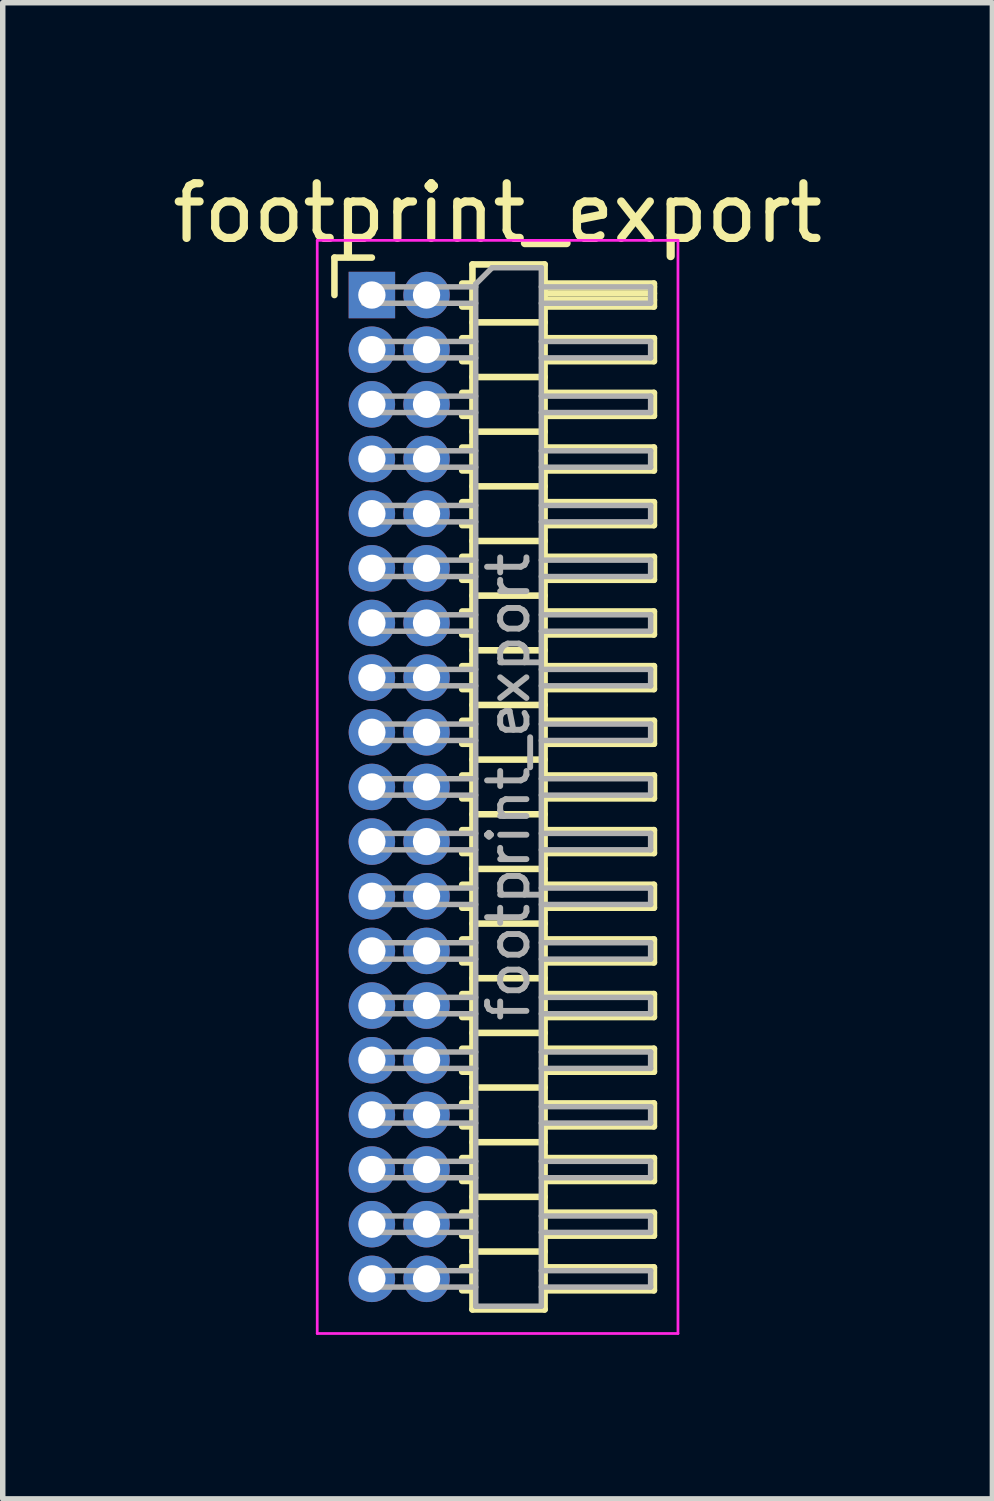
<source format=kicad_pcb>
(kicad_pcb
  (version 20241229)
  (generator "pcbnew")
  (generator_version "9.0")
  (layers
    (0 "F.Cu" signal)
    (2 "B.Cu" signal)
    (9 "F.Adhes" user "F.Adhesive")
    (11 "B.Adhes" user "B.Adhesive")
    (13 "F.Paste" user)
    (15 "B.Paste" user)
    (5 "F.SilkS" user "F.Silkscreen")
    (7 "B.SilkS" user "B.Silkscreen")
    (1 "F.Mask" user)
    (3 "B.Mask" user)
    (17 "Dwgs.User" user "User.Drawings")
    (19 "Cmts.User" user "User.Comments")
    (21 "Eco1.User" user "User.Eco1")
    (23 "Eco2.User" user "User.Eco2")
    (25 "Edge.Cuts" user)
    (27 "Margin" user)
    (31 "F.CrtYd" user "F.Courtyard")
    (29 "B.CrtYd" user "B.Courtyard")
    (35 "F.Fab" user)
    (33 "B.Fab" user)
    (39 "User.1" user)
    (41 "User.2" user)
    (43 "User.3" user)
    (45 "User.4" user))
  (footprint "footprint_export"
    (layer "F.Cu")
    (at 3.754 2.348)
    (property "Reference" "footprint_export" (at 2.3 -1.5 0) (layer "F.SilkS") (effects (font (size 1 1) (thickness 0.15))))
    (attr through_hole)
    (fp_line (start -0.685 -0.685) (end 0 -0.685) (stroke (width 0.12) (type solid)) (layer "F.SilkS"))
    (fp_line (start -0.685 0) (end -0.685 -0.685) (stroke (width 0.12) (type solid)) (layer "F.SilkS"))
    (fp_line (start 1.652 -0.21) (end 1.84 -0.21) (stroke (width 0.12) (type solid)) (layer "F.SilkS"))
    (fp_line (start 1.652 0.21) (end 1.84 0.21) (stroke (width 0.12) (type solid)) (layer "F.SilkS"))
    (fp_line (start 1.652 0.79) (end 1.84 0.79) (stroke (width 0.12) (type solid)) (layer "F.SilkS"))
    (fp_line (start 1.652 1.21) (end 1.84 1.21) (stroke (width 0.12) (type solid)) (layer "F.SilkS"))
    (fp_line (start 1.652 1.79) (end 1.84 1.79) (stroke (width 0.12) (type solid)) (layer "F.SilkS"))
    (fp_line (start 1.652 2.21) (end 1.84 2.21) (stroke (width 0.12) (type solid)) (layer "F.SilkS"))
    (fp_line (start 1.652 2.79) (end 1.84 2.79) (stroke (width 0.12) (type solid)) (layer "F.SilkS"))
    (fp_line (start 1.652 3.21) (end 1.84 3.21) (stroke (width 0.12) (type solid)) (layer "F.SilkS"))
    (fp_line (start 1.652 3.79) (end 1.84 3.79) (stroke (width 0.12) (type solid)) (layer "F.SilkS"))
    (fp_line (start 1.652 4.21) (end 1.84 4.21) (stroke (width 0.12) (type solid)) (layer "F.SilkS"))
    (fp_line (start 1.652 4.79) (end 1.84 4.79) (stroke (width 0.12) (type solid)) (layer "F.SilkS"))
    (fp_line (start 1.652 5.21) (end 1.84 5.21) (stroke (width 0.12) (type solid)) (layer "F.SilkS"))
    (fp_line (start 1.652 5.79) (end 1.84 5.79) (stroke (width 0.12) (type solid)) (layer "F.SilkS"))
    (fp_line (start 1.652 6.21) (end 1.84 6.21) (stroke (width 0.12) (type solid)) (layer "F.SilkS"))
    (fp_line (start 1.652 6.79) (end 1.84 6.79) (stroke (width 0.12) (type solid)) (layer "F.SilkS"))
    (fp_line (start 1.652 7.21) (end 1.84 7.21) (stroke (width 0.12) (type solid)) (layer "F.SilkS"))
    (fp_line (start 1.652 7.79) (end 1.84 7.79) (stroke (width 0.12) (type solid)) (layer "F.SilkS"))
    (fp_line (start 1.652 8.21) (end 1.84 8.21) (stroke (width 0.12) (type solid)) (layer "F.SilkS"))
    (fp_line (start 1.652 8.79) (end 1.84 8.79) (stroke (width 0.12) (type solid)) (layer "F.SilkS"))
    (fp_line (start 1.652 9.21) (end 1.84 9.21) (stroke (width 0.12) (type solid)) (layer "F.SilkS"))
    (fp_line (start 1.652 9.79) (end 1.84 9.79) (stroke (width 0.12) (type solid)) (layer "F.SilkS"))
    (fp_line (start 1.652 10.21) (end 1.84 10.21) (stroke (width 0.12) (type solid)) (layer "F.SilkS"))
    (fp_line (start 1.652 10.79) (end 1.84 10.79) (stroke (width 0.12) (type solid)) (layer "F.SilkS"))
    (fp_line (start 1.652 11.21) (end 1.84 11.21) (stroke (width 0.12) (type solid)) (layer "F.SilkS"))
    (fp_line (start 1.652 11.79) (end 1.84 11.79) (stroke (width 0.12) (type solid)) (layer "F.SilkS"))
    (fp_line (start 1.652 12.21) (end 1.84 12.21) (stroke (width 0.12) (type solid)) (layer "F.SilkS"))
    (fp_line (start 1.652 12.79) (end 1.84 12.79) (stroke (width 0.12) (type solid)) (layer "F.SilkS"))
    (fp_line (start 1.652 13.21) (end 1.84 13.21) (stroke (width 0.12) (type solid)) (layer "F.SilkS"))
    (fp_line (start 1.652 13.79) (end 1.84 13.79) (stroke (width 0.12) (type solid)) (layer "F.SilkS"))
    (fp_line (start 1.652 14.21) (end 1.84 14.21) (stroke (width 0.12) (type solid)) (layer "F.SilkS"))
    (fp_line (start 1.652 14.79) (end 1.84 14.79) (stroke (width 0.12) (type solid)) (layer "F.SilkS"))
    (fp_line (start 1.652 15.21) (end 1.84 15.21) (stroke (width 0.12) (type solid)) (layer "F.SilkS"))
    (fp_line (start 1.652 15.79) (end 1.84 15.79) (stroke (width 0.12) (type solid)) (layer "F.SilkS"))
    (fp_line (start 1.652 16.21) (end 1.84 16.21) (stroke (width 0.12) (type solid)) (layer "F.SilkS"))
    (fp_line (start 1.652 16.79) (end 1.84 16.79) (stroke (width 0.12) (type solid)) (layer "F.SilkS"))
    (fp_line (start 1.652 17.21) (end 1.84 17.21) (stroke (width 0.12) (type solid)) (layer "F.SilkS"))
    (fp_line (start 1.652 17.79) (end 1.84 17.79) (stroke (width 0.12) (type solid)) (layer "F.SilkS"))
    (fp_line (start 1.652 18.21) (end 1.84 18.21) (stroke (width 0.12) (type solid)) (layer "F.SilkS"))
    (fp_line (start 1.84 -0.56) (end 1.84 18.56) (stroke (width 0.12) (type solid)) (layer "F.SilkS"))
    (fp_line (start 1.84 0.5) (end 3.16 0.5) (stroke (width 0.12) (type solid)) (layer "F.SilkS"))
    (fp_line (start 1.84 1.5) (end 3.16 1.5) (stroke (width 0.12) (type solid)) (layer "F.SilkS"))
    (fp_line (start 1.84 2.5) (end 3.16 2.5) (stroke (width 0.12) (type solid)) (layer "F.SilkS"))
    (fp_line (start 1.84 3.5) (end 3.16 3.5) (stroke (width 0.12) (type solid)) (layer "F.SilkS"))
    (fp_line (start 1.84 4.5) (end 3.16 4.5) (stroke (width 0.12) (type solid)) (layer "F.SilkS"))
    (fp_line (start 1.84 5.5) (end 3.16 5.5) (stroke (width 0.12) (type solid)) (layer "F.SilkS"))
    (fp_line (start 1.84 6.5) (end 3.16 6.5) (stroke (width 0.12) (type solid)) (layer "F.SilkS"))
    (fp_line (start 1.84 7.5) (end 3.16 7.5) (stroke (width 0.12) (type solid)) (layer "F.SilkS"))
    (fp_line (start 1.84 8.5) (end 3.16 8.5) (stroke (width 0.12) (type solid)) (layer "F.SilkS"))
    (fp_line (start 1.84 9.5) (end 3.16 9.5) (stroke (width 0.12) (type solid)) (layer "F.SilkS"))
    (fp_line (start 1.84 10.5) (end 3.16 10.5) (stroke (width 0.12) (type solid)) (layer "F.SilkS"))
    (fp_line (start 1.84 11.5) (end 3.16 11.5) (stroke (width 0.12) (type solid)) (layer "F.SilkS"))
    (fp_line (start 1.84 12.5) (end 3.16 12.5) (stroke (width 0.12) (type solid)) (layer "F.SilkS"))
    (fp_line (start 1.84 13.5) (end 3.16 13.5) (stroke (width 0.12) (type solid)) (layer "F.SilkS"))
    (fp_line (start 1.84 14.5) (end 3.16 14.5) (stroke (width 0.12) (type solid)) (layer "F.SilkS"))
    (fp_line (start 1.84 15.5) (end 3.16 15.5) (stroke (width 0.12) (type solid)) (layer "F.SilkS"))
    (fp_line (start 1.84 16.5) (end 3.16 16.5) (stroke (width 0.12) (type solid)) (layer "F.SilkS"))
    (fp_line (start 1.84 17.5) (end 3.16 17.5) (stroke (width 0.12) (type solid)) (layer "F.SilkS"))
    (fp_line (start 1.84 18.56) (end 3.16 18.56) (stroke (width 0.12) (type solid)) (layer "F.SilkS"))
    (fp_line (start 3.16 -0.56) (end 1.84 -0.56) (stroke (width 0.12) (type solid)) (layer "F.SilkS"))
    (fp_line (start 3.16 -0.21) (end 5.16 -0.21) (stroke (width 0.12) (type solid)) (layer "F.SilkS"))
    (fp_line (start 3.16 -0.15) (end 5.16 -0.15) (stroke (width 0.12) (type solid)) (layer "F.SilkS"))
    (fp_line (start 3.16 -0.03) (end 5.16 -0.03) (stroke (width 0.12) (type solid)) (layer "F.SilkS"))
    (fp_line (start 3.16 0.09) (end 5.16 0.09) (stroke (width 0.12) (type solid)) (layer "F.SilkS"))
    (fp_line (start 3.16 0.79) (end 5.16 0.79) (stroke (width 0.12) (type solid)) (layer "F.SilkS"))
    (fp_line (start 3.16 1.79) (end 5.16 1.79) (stroke (width 0.12) (type solid)) (layer "F.SilkS"))
    (fp_line (start 3.16 2.79) (end 5.16 2.79) (stroke (width 0.12) (type solid)) (layer "F.SilkS"))
    (fp_line (start 3.16 3.79) (end 5.16 3.79) (stroke (width 0.12) (type solid)) (layer "F.SilkS"))
    (fp_line (start 3.16 4.79) (end 5.16 4.79) (stroke (width 0.12) (type solid)) (layer "F.SilkS"))
    (fp_line (start 3.16 5.79) (end 5.16 5.79) (stroke (width 0.12) (type solid)) (layer "F.SilkS"))
    (fp_line (start 3.16 6.79) (end 5.16 6.79) (stroke (width 0.12) (type solid)) (layer "F.SilkS"))
    (fp_line (start 3.16 7.79) (end 5.16 7.79) (stroke (width 0.12) (type solid)) (layer "F.SilkS"))
    (fp_line (start 3.16 8.79) (end 5.16 8.79) (stroke (width 0.12) (type solid)) (layer "F.SilkS"))
    (fp_line (start 3.16 9.79) (end 5.16 9.79) (stroke (width 0.12) (type solid)) (layer "F.SilkS"))
    (fp_line (start 3.16 10.79) (end 5.16 10.79) (stroke (width 0.12) (type solid)) (layer "F.SilkS"))
    (fp_line (start 3.16 11.79) (end 5.16 11.79) (stroke (width 0.12) (type solid)) (layer "F.SilkS"))
    (fp_line (start 3.16 12.79) (end 5.16 12.79) (stroke (width 0.12) (type solid)) (layer "F.SilkS"))
    (fp_line (start 3.16 13.79) (end 5.16 13.79) (stroke (width 0.12) (type solid)) (layer "F.SilkS"))
    (fp_line (start 3.16 14.79) (end 5.16 14.79) (stroke (width 0.12) (type solid)) (layer "F.SilkS"))
    (fp_line (start 3.16 15.79) (end 5.16 15.79) (stroke (width 0.12) (type solid)) (layer "F.SilkS"))
    (fp_line (start 3.16 16.79) (end 5.16 16.79) (stroke (width 0.12) (type solid)) (layer "F.SilkS"))
    (fp_line (start 3.16 17.79) (end 5.16 17.79) (stroke (width 0.12) (type solid)) (layer "F.SilkS"))
    (fp_line (start 3.16 18.56) (end 3.16 -0.56) (stroke (width 0.12) (type solid)) (layer "F.SilkS"))
    (fp_line (start 5.16 -0.21) (end 5.16 0.21) (stroke (width 0.12) (type solid)) (layer "F.SilkS"))
    (fp_line (start 5.16 0.21) (end 3.16 0.21) (stroke (width 0.12) (type solid)) (layer "F.SilkS"))
    (fp_line (start 5.16 0.79) (end 5.16 1.21) (stroke (width 0.12) (type solid)) (layer "F.SilkS"))
    (fp_line (start 5.16 1.21) (end 3.16 1.21) (stroke (width 0.12) (type solid)) (layer "F.SilkS"))
    (fp_line (start 5.16 1.79) (end 5.16 2.21) (stroke (width 0.12) (type solid)) (layer "F.SilkS"))
    (fp_line (start 5.16 2.21) (end 3.16 2.21) (stroke (width 0.12) (type solid)) (layer "F.SilkS"))
    (fp_line (start 5.16 2.79) (end 5.16 3.21) (stroke (width 0.12) (type solid)) (layer "F.SilkS"))
    (fp_line (start 5.16 3.21) (end 3.16 3.21) (stroke (width 0.12) (type solid)) (layer "F.SilkS"))
    (fp_line (start 5.16 3.79) (end 5.16 4.21) (stroke (width 0.12) (type solid)) (layer "F.SilkS"))
    (fp_line (start 5.16 4.21) (end 3.16 4.21) (stroke (width 0.12) (type solid)) (layer "F.SilkS"))
    (fp_line (start 5.16 4.79) (end 5.16 5.21) (stroke (width 0.12) (type solid)) (layer "F.SilkS"))
    (fp_line (start 5.16 5.21) (end 3.16 5.21) (stroke (width 0.12) (type solid)) (layer "F.SilkS"))
    (fp_line (start 5.16 5.79) (end 5.16 6.21) (stroke (width 0.12) (type solid)) (layer "F.SilkS"))
    (fp_line (start 5.16 6.21) (end 3.16 6.21) (stroke (width 0.12) (type solid)) (layer "F.SilkS"))
    (fp_line (start 5.16 6.79) (end 5.16 7.21) (stroke (width 0.12) (type solid)) (layer "F.SilkS"))
    (fp_line (start 5.16 7.21) (end 3.16 7.21) (stroke (width 0.12) (type solid)) (layer "F.SilkS"))
    (fp_line (start 5.16 7.79) (end 5.16 8.21) (stroke (width 0.12) (type solid)) (layer "F.SilkS"))
    (fp_line (start 5.16 8.21) (end 3.16 8.21) (stroke (width 0.12) (type solid)) (layer "F.SilkS"))
    (fp_line (start 5.16 8.79) (end 5.16 9.21) (stroke (width 0.12) (type solid)) (layer "F.SilkS"))
    (fp_line (start 5.16 9.21) (end 3.16 9.21) (stroke (width 0.12) (type solid)) (layer "F.SilkS"))
    (fp_line (start 5.16 9.79) (end 5.16 10.21) (stroke (width 0.12) (type solid)) (layer "F.SilkS"))
    (fp_line (start 5.16 10.21) (end 3.16 10.21) (stroke (width 0.12) (type solid)) (layer "F.SilkS"))
    (fp_line (start 5.16 10.79) (end 5.16 11.21) (stroke (width 0.12) (type solid)) (layer "F.SilkS"))
    (fp_line (start 5.16 11.21) (end 3.16 11.21) (stroke (width 0.12) (type solid)) (layer "F.SilkS"))
    (fp_line (start 5.16 11.79) (end 5.16 12.21) (stroke (width 0.12) (type solid)) (layer "F.SilkS"))
    (fp_line (start 5.16 12.21) (end 3.16 12.21) (stroke (width 0.12) (type solid)) (layer "F.SilkS"))
    (fp_line (start 5.16 12.79) (end 5.16 13.21) (stroke (width 0.12) (type solid)) (layer "F.SilkS"))
    (fp_line (start 5.16 13.21) (end 3.16 13.21) (stroke (width 0.12) (type solid)) (layer "F.SilkS"))
    (fp_line (start 5.16 13.79) (end 5.16 14.21) (stroke (width 0.12) (type solid)) (layer "F.SilkS"))
    (fp_line (start 5.16 14.21) (end 3.16 14.21) (stroke (width 0.12) (type solid)) (layer "F.SilkS"))
    (fp_line (start 5.16 14.79) (end 5.16 15.21) (stroke (width 0.12) (type solid)) (layer "F.SilkS"))
    (fp_line (start 5.16 15.21) (end 3.16 15.21) (stroke (width 0.12) (type solid)) (layer "F.SilkS"))
    (fp_line (start 5.16 15.79) (end 5.16 16.21) (stroke (width 0.12) (type solid)) (layer "F.SilkS"))
    (fp_line (start 5.16 16.21) (end 3.16 16.21) (stroke (width 0.12) (type solid)) (layer "F.SilkS"))
    (fp_line (start 5.16 16.79) (end 5.16 17.21) (stroke (width 0.12) (type solid)) (layer "F.SilkS"))
    (fp_line (start 5.16 17.21) (end 3.16 17.21) (stroke (width 0.12) (type solid)) (layer "F.SilkS"))
    (fp_line (start 5.16 17.79) (end 5.16 18.21) (stroke (width 0.12) (type solid)) (layer "F.SilkS"))
    (fp_line (start 5.16 18.21) (end 3.16 18.21) (stroke (width 0.12) (type solid)) (layer "F.SilkS"))
    (fp_line (start -1 -1) (end -1 19) (stroke (width 0.05) (type solid)) (layer "F.CrtYd"))
    (fp_line (start -1 19) (end 5.6 19) (stroke (width 0.05) (type solid)) (layer "F.CrtYd"))
    (fp_line (start 5.6 -1) (end -1 -1) (stroke (width 0.05) (type solid)) (layer "F.CrtYd"))
    (fp_line (start 5.6 19) (end 5.6 -1) (stroke (width 0.05) (type solid)) (layer "F.CrtYd"))
    (fp_line (start -0.15 -0.15) (end -0.15 0.15) (stroke (width 0.1) (type solid)) (layer "F.Fab"))
    (fp_line (start -0.15 -0.15) (end 1.9 -0.15) (stroke (width 0.1) (type solid)) (layer "F.Fab"))
    (fp_line (start -0.15 0.15) (end 1.9 0.15) (stroke (width 0.1) (type solid)) (layer "F.Fab"))
    (fp_line (start -0.15 0.85) (end -0.15 1.15) (stroke (width 0.1) (type solid)) (layer "F.Fab"))
    (fp_line (start -0.15 0.85) (end 1.9 0.85) (stroke (width 0.1) (type solid)) (layer "F.Fab"))
    (fp_line (start -0.15 1.15) (end 1.9 1.15) (stroke (width 0.1) (type solid)) (layer "F.Fab"))
    (fp_line (start -0.15 1.85) (end -0.15 2.15) (stroke (width 0.1) (type solid)) (layer "F.Fab"))
    (fp_line (start -0.15 1.85) (end 1.9 1.85) (stroke (width 0.1) (type solid)) (layer "F.Fab"))
    (fp_line (start -0.15 2.15) (end 1.9 2.15) (stroke (width 0.1) (type solid)) (layer "F.Fab"))
    (fp_line (start -0.15 2.85) (end -0.15 3.15) (stroke (width 0.1) (type solid)) (layer "F.Fab"))
    (fp_line (start -0.15 2.85) (end 1.9 2.85) (stroke (width 0.1) (type solid)) (layer "F.Fab"))
    (fp_line (start -0.15 3.15) (end 1.9 3.15) (stroke (width 0.1) (type solid)) (layer "F.Fab"))
    (fp_line (start -0.15 3.85) (end -0.15 4.15) (stroke (width 0.1) (type solid)) (layer "F.Fab"))
    (fp_line (start -0.15 3.85) (end 1.9 3.85) (stroke (width 0.1) (type solid)) (layer "F.Fab"))
    (fp_line (start -0.15 4.15) (end 1.9 4.15) (stroke (width 0.1) (type solid)) (layer "F.Fab"))
    (fp_line (start -0.15 4.85) (end -0.15 5.15) (stroke (width 0.1) (type solid)) (layer "F.Fab"))
    (fp_line (start -0.15 4.85) (end 1.9 4.85) (stroke (width 0.1) (type solid)) (layer "F.Fab"))
    (fp_line (start -0.15 5.15) (end 1.9 5.15) (stroke (width 0.1) (type solid)) (layer "F.Fab"))
    (fp_line (start -0.15 5.85) (end -0.15 6.15) (stroke (width 0.1) (type solid)) (layer "F.Fab"))
    (fp_line (start -0.15 5.85) (end 1.9 5.85) (stroke (width 0.1) (type solid)) (layer "F.Fab"))
    (fp_line (start -0.15 6.15) (end 1.9 6.15) (stroke (width 0.1) (type solid)) (layer "F.Fab"))
    (fp_line (start -0.15 6.85) (end -0.15 7.15) (stroke (width 0.1) (type solid)) (layer "F.Fab"))
    (fp_line (start -0.15 6.85) (end 1.9 6.85) (stroke (width 0.1) (type solid)) (layer "F.Fab"))
    (fp_line (start -0.15 7.15) (end 1.9 7.15) (stroke (width 0.1) (type solid)) (layer "F.Fab"))
    (fp_line (start -0.15 7.85) (end -0.15 8.15) (stroke (width 0.1) (type solid)) (layer "F.Fab"))
    (fp_line (start -0.15 7.85) (end 1.9 7.85) (stroke (width 0.1) (type solid)) (layer "F.Fab"))
    (fp_line (start -0.15 8.15) (end 1.9 8.15) (stroke (width 0.1) (type solid)) (layer "F.Fab"))
    (fp_line (start -0.15 8.85) (end -0.15 9.15) (stroke (width 0.1) (type solid)) (layer "F.Fab"))
    (fp_line (start -0.15 8.85) (end 1.9 8.85) (stroke (width 0.1) (type solid)) (layer "F.Fab"))
    (fp_line (start -0.15 9.15) (end 1.9 9.15) (stroke (width 0.1) (type solid)) (layer "F.Fab"))
    (fp_line (start -0.15 9.85) (end -0.15 10.15) (stroke (width 0.1) (type solid)) (layer "F.Fab"))
    (fp_line (start -0.15 9.85) (end 1.9 9.85) (stroke (width 0.1) (type solid)) (layer "F.Fab"))
    (fp_line (start -0.15 10.15) (end 1.9 10.15) (stroke (width 0.1) (type solid)) (layer "F.Fab"))
    (fp_line (start -0.15 10.85) (end -0.15 11.15) (stroke (width 0.1) (type solid)) (layer "F.Fab"))
    (fp_line (start -0.15 10.85) (end 1.9 10.85) (stroke (width 0.1) (type solid)) (layer "F.Fab"))
    (fp_line (start -0.15 11.15) (end 1.9 11.15) (stroke (width 0.1) (type solid)) (layer "F.Fab"))
    (fp_line (start -0.15 11.85) (end -0.15 12.15) (stroke (width 0.1) (type solid)) (layer "F.Fab"))
    (fp_line (start -0.15 11.85) (end 1.9 11.85) (stroke (width 0.1) (type solid)) (layer "F.Fab"))
    (fp_line (start -0.15 12.15) (end 1.9 12.15) (stroke (width 0.1) (type solid)) (layer "F.Fab"))
    (fp_line (start -0.15 12.85) (end -0.15 13.15) (stroke (width 0.1) (type solid)) (layer "F.Fab"))
    (fp_line (start -0.15 12.85) (end 1.9 12.85) (stroke (width 0.1) (type solid)) (layer "F.Fab"))
    (fp_line (start -0.15 13.15) (end 1.9 13.15) (stroke (width 0.1) (type solid)) (layer "F.Fab"))
    (fp_line (start -0.15 13.85) (end -0.15 14.15) (stroke (width 0.1) (type solid)) (layer "F.Fab"))
    (fp_line (start -0.15 13.85) (end 1.9 13.85) (stroke (width 0.1) (type solid)) (layer "F.Fab"))
    (fp_line (start -0.15 14.15) (end 1.9 14.15) (stroke (width 0.1) (type solid)) (layer "F.Fab"))
    (fp_line (start -0.15 14.85) (end -0.15 15.15) (stroke (width 0.1) (type solid)) (layer "F.Fab"))
    (fp_line (start -0.15 14.85) (end 1.9 14.85) (stroke (width 0.1) (type solid)) (layer "F.Fab"))
    (fp_line (start -0.15 15.15) (end 1.9 15.15) (stroke (width 0.1) (type solid)) (layer "F.Fab"))
    (fp_line (start -0.15 15.85) (end -0.15 16.15) (stroke (width 0.1) (type solid)) (layer "F.Fab"))
    (fp_line (start -0.15 15.85) (end 1.9 15.85) (stroke (width 0.1) (type solid)) (layer "F.Fab"))
    (fp_line (start -0.15 16.15) (end 1.9 16.15) (stroke (width 0.1) (type solid)) (layer "F.Fab"))
    (fp_line (start -0.15 16.85) (end -0.15 17.15) (stroke (width 0.1) (type solid)) (layer "F.Fab"))
    (fp_line (start -0.15 16.85) (end 1.9 16.85) (stroke (width 0.1) (type solid)) (layer "F.Fab"))
    (fp_line (start -0.15 17.15) (end 1.9 17.15) (stroke (width 0.1) (type solid)) (layer "F.Fab"))
    (fp_line (start -0.15 17.85) (end -0.15 18.15) (stroke (width 0.1) (type solid)) (layer "F.Fab"))
    (fp_line (start -0.15 17.85) (end 1.9 17.85) (stroke (width 0.1) (type solid)) (layer "F.Fab"))
    (fp_line (start -0.15 18.15) (end 1.9 18.15) (stroke (width 0.1) (type solid)) (layer "F.Fab"))
    (fp_line (start 1.9 -0.2) (end 2.2 -0.5) (stroke (width 0.1) (type solid)) (layer "F.Fab"))
    (fp_line (start 1.9 18.5) (end 1.9 -0.2) (stroke (width 0.1) (type solid)) (layer "F.Fab"))
    (fp_line (start 2.2 -0.5) (end 3.1 -0.5) (stroke (width 0.1) (type solid)) (layer "F.Fab"))
    (fp_line (start 3.1 -0.5) (end 3.1 18.5) (stroke (width 0.1) (type solid)) (layer "F.Fab"))
    (fp_line (start 3.1 -0.15) (end 5.1 -0.15) (stroke (width 0.1) (type solid)) (layer "F.Fab"))
    (fp_line (start 3.1 0.15) (end 5.1 0.15) (stroke (width 0.1) (type solid)) (layer "F.Fab"))
    (fp_line (start 3.1 0.85) (end 5.1 0.85) (stroke (width 0.1) (type solid)) (layer "F.Fab"))
    (fp_line (start 3.1 1.15) (end 5.1 1.15) (stroke (width 0.1) (type solid)) (layer "F.Fab"))
    (fp_line (start 3.1 1.85) (end 5.1 1.85) (stroke (width 0.1) (type solid)) (layer "F.Fab"))
    (fp_line (start 3.1 2.15) (end 5.1 2.15) (stroke (width 0.1) (type solid)) (layer "F.Fab"))
    (fp_line (start 3.1 2.85) (end 5.1 2.85) (stroke (width 0.1) (type solid)) (layer "F.Fab"))
    (fp_line (start 3.1 3.15) (end 5.1 3.15) (stroke (width 0.1) (type solid)) (layer "F.Fab"))
    (fp_line (start 3.1 3.85) (end 5.1 3.85) (stroke (width 0.1) (type solid)) (layer "F.Fab"))
    (fp_line (start 3.1 4.15) (end 5.1 4.15) (stroke (width 0.1) (type solid)) (layer "F.Fab"))
    (fp_line (start 3.1 4.85) (end 5.1 4.85) (stroke (width 0.1) (type solid)) (layer "F.Fab"))
    (fp_line (start 3.1 5.15) (end 5.1 5.15) (stroke (width 0.1) (type solid)) (layer "F.Fab"))
    (fp_line (start 3.1 5.85) (end 5.1 5.85) (stroke (width 0.1) (type solid)) (layer "F.Fab"))
    (fp_line (start 3.1 6.15) (end 5.1 6.15) (stroke (width 0.1) (type solid)) (layer "F.Fab"))
    (fp_line (start 3.1 6.85) (end 5.1 6.85) (stroke (width 0.1) (type solid)) (layer "F.Fab"))
    (fp_line (start 3.1 7.15) (end 5.1 7.15) (stroke (width 0.1) (type solid)) (layer "F.Fab"))
    (fp_line (start 3.1 7.85) (end 5.1 7.85) (stroke (width 0.1) (type solid)) (layer "F.Fab"))
    (fp_line (start 3.1 8.15) (end 5.1 8.15) (stroke (width 0.1) (type solid)) (layer "F.Fab"))
    (fp_line (start 3.1 8.85) (end 5.1 8.85) (stroke (width 0.1) (type solid)) (layer "F.Fab"))
    (fp_line (start 3.1 9.15) (end 5.1 9.15) (stroke (width 0.1) (type solid)) (layer "F.Fab"))
    (fp_line (start 3.1 9.85) (end 5.1 9.85) (stroke (width 0.1) (type solid)) (layer "F.Fab"))
    (fp_line (start 3.1 10.15) (end 5.1 10.15) (stroke (width 0.1) (type solid)) (layer "F.Fab"))
    (fp_line (start 3.1 10.85) (end 5.1 10.85) (stroke (width 0.1) (type solid)) (layer "F.Fab"))
    (fp_line (start 3.1 11.15) (end 5.1 11.15) (stroke (width 0.1) (type solid)) (layer "F.Fab"))
    (fp_line (start 3.1 11.85) (end 5.1 11.85) (stroke (width 0.1) (type solid)) (layer "F.Fab"))
    (fp_line (start 3.1 12.15) (end 5.1 12.15) (stroke (width 0.1) (type solid)) (layer "F.Fab"))
    (fp_line (start 3.1 12.85) (end 5.1 12.85) (stroke (width 0.1) (type solid)) (layer "F.Fab"))
    (fp_line (start 3.1 13.15) (end 5.1 13.15) (stroke (width 0.1) (type solid)) (layer "F.Fab"))
    (fp_line (start 3.1 13.85) (end 5.1 13.85) (stroke (width 0.1) (type solid)) (layer "F.Fab"))
    (fp_line (start 3.1 14.15) (end 5.1 14.15) (stroke (width 0.1) (type solid)) (layer "F.Fab"))
    (fp_line (start 3.1 14.85) (end 5.1 14.85) (stroke (width 0.1) (type solid)) (layer "F.Fab"))
    (fp_line (start 3.1 15.15) (end 5.1 15.15) (stroke (width 0.1) (type solid)) (layer "F.Fab"))
    (fp_line (start 3.1 15.85) (end 5.1 15.85) (stroke (width 0.1) (type solid)) (layer "F.Fab"))
    (fp_line (start 3.1 16.15) (end 5.1 16.15) (stroke (width 0.1) (type solid)) (layer "F.Fab"))
    (fp_line (start 3.1 16.85) (end 5.1 16.85) (stroke (width 0.1) (type solid)) (layer "F.Fab"))
    (fp_line (start 3.1 17.15) (end 5.1 17.15) (stroke (width 0.1) (type solid)) (layer "F.Fab"))
    (fp_line (start 3.1 17.85) (end 5.1 17.85) (stroke (width 0.1) (type solid)) (layer "F.Fab"))
    (fp_line (start 3.1 18.15) (end 5.1 18.15) (stroke (width 0.1) (type solid)) (layer "F.Fab"))
    (fp_line (start 3.1 18.5) (end 1.9 18.5) (stroke (width 0.1) (type solid)) (layer "F.Fab"))
    (fp_line (start 5.1 -0.15) (end 5.1 0.15) (stroke (width 0.1) (type solid)) (layer "F.Fab"))
    (fp_line (start 5.1 0.85) (end 5.1 1.15) (stroke (width 0.1) (type solid)) (layer "F.Fab"))
    (fp_line (start 5.1 1.85) (end 5.1 2.15) (stroke (width 0.1) (type solid)) (layer "F.Fab"))
    (fp_line (start 5.1 2.85) (end 5.1 3.15) (stroke (width 0.1) (type solid)) (layer "F.Fab"))
    (fp_line (start 5.1 3.85) (end 5.1 4.15) (stroke (width 0.1) (type solid)) (layer "F.Fab"))
    (fp_line (start 5.1 4.85) (end 5.1 5.15) (stroke (width 0.1) (type solid)) (layer "F.Fab"))
    (fp_line (start 5.1 5.85) (end 5.1 6.15) (stroke (width 0.1) (type solid)) (layer "F.Fab"))
    (fp_line (start 5.1 6.85) (end 5.1 7.15) (stroke (width 0.1) (type solid)) (layer "F.Fab"))
    (fp_line (start 5.1 7.85) (end 5.1 8.15) (stroke (width 0.1) (type solid)) (layer "F.Fab"))
    (fp_line (start 5.1 8.85) (end 5.1 9.15) (stroke (width 0.1) (type solid)) (layer "F.Fab"))
    (fp_line (start 5.1 9.85) (end 5.1 10.15) (stroke (width 0.1) (type solid)) (layer "F.Fab"))
    (fp_line (start 5.1 10.85) (end 5.1 11.15) (stroke (width 0.1) (type solid)) (layer "F.Fab"))
    (fp_line (start 5.1 11.85) (end 5.1 12.15) (stroke (width 0.1) (type solid)) (layer "F.Fab"))
    (fp_line (start 5.1 12.85) (end 5.1 13.15) (stroke (width 0.1) (type solid)) (layer "F.Fab"))
    (fp_line (start 5.1 13.85) (end 5.1 14.15) (stroke (width 0.1) (type solid)) (layer "F.Fab"))
    (fp_line (start 5.1 14.85) (end 5.1 15.15) (stroke (width 0.1) (type solid)) (layer "F.Fab"))
    (fp_line (start 5.1 15.85) (end 5.1 16.15) (stroke (width 0.1) (type solid)) (layer "F.Fab"))
    (fp_line (start 5.1 16.85) (end 5.1 17.15) (stroke (width 0.1) (type solid)) (layer "F.Fab"))
    (fp_line (start 5.1 17.85) (end 5.1 18.15) (stroke (width 0.1) (type solid)) (layer "F.Fab"))
    (fp_text user "${REFERENCE}" (at 2.5 9 90) (layer "F.Fab") (effects (font (size 0.72 0.72) (thickness 0.108))))
    (pad "1" thru_hole rect (at 0 0) (size 0.85 0.85) (drill 0.5) (layers "*.Cu" "*.Mask"))
    (pad "2" thru_hole oval (at 1 0) (size 0.85 0.85) (drill 0.5) (layers "*.Cu" "*.Mask"))
    (pad "3" thru_hole oval (at 0 1) (size 0.85 0.85) (drill 0.5) (layers "*.Cu" "*.Mask"))
    (pad "4" thru_hole oval (at 1 1) (size 0.85 0.85) (drill 0.5) (layers "*.Cu" "*.Mask"))
    (pad "5" thru_hole oval (at 0 2) (size 0.85 0.85) (drill 0.5) (layers "*.Cu" "*.Mask"))
    (pad "6" thru_hole oval (at 1 2) (size 0.85 0.85) (drill 0.5) (layers "*.Cu" "*.Mask"))
    (pad "7" thru_hole oval (at 0 3) (size 0.85 0.85) (drill 0.5) (layers "*.Cu" "*.Mask"))
    (pad "8" thru_hole oval (at 1 3) (size 0.85 0.85) (drill 0.5) (layers "*.Cu" "*.Mask"))
    (pad "9" thru_hole oval (at 0 4) (size 0.85 0.85) (drill 0.5) (layers "*.Cu" "*.Mask"))
    (pad "10" thru_hole oval (at 1 4) (size 0.85 0.85) (drill 0.5) (layers "*.Cu" "*.Mask"))
    (pad "11" thru_hole oval (at 0 5) (size 0.85 0.85) (drill 0.5) (layers "*.Cu" "*.Mask"))
    (pad "12" thru_hole oval (at 1 5) (size 0.85 0.85) (drill 0.5) (layers "*.Cu" "*.Mask"))
    (pad "13" thru_hole oval (at 0 6) (size 0.85 0.85) (drill 0.5) (layers "*.Cu" "*.Mask"))
    (pad "14" thru_hole oval (at 1 6) (size 0.85 0.85) (drill 0.5) (layers "*.Cu" "*.Mask"))
    (pad "15" thru_hole oval (at 0 7) (size 0.85 0.85) (drill 0.5) (layers "*.Cu" "*.Mask"))
    (pad "16" thru_hole oval (at 1 7) (size 0.85 0.85) (drill 0.5) (layers "*.Cu" "*.Mask"))
    (pad "17" thru_hole oval (at 0 8) (size 0.85 0.85) (drill 0.5) (layers "*.Cu" "*.Mask"))
    (pad "18" thru_hole oval (at 1 8) (size 0.85 0.85) (drill 0.5) (layers "*.Cu" "*.Mask"))
    (pad "19" thru_hole oval (at 0 9) (size 0.85 0.85) (drill 0.5) (layers "*.Cu" "*.Mask"))
    (pad "20" thru_hole oval (at 1 9) (size 0.85 0.85) (drill 0.5) (layers "*.Cu" "*.Mask"))
    (pad "21" thru_hole oval (at 0 10) (size 0.85 0.85) (drill 0.5) (layers "*.Cu" "*.Mask"))
    (pad "22" thru_hole oval (at 1 10) (size 0.85 0.85) (drill 0.5) (layers "*.Cu" "*.Mask"))
    (pad "23" thru_hole oval (at 0 11) (size 0.85 0.85) (drill 0.5) (layers "*.Cu" "*.Mask"))
    (pad "24" thru_hole oval (at 1 11) (size 0.85 0.85) (drill 0.5) (layers "*.Cu" "*.Mask"))
    (pad "25" thru_hole oval (at 0 12) (size 0.85 0.85) (drill 0.5) (layers "*.Cu" "*.Mask"))
    (pad "26" thru_hole oval (at 1 12) (size 0.85 0.85) (drill 0.5) (layers "*.Cu" "*.Mask"))
    (pad "27" thru_hole oval (at 0 13) (size 0.85 0.85) (drill 0.5) (layers "*.Cu" "*.Mask"))
    (pad "28" thru_hole oval (at 1 13) (size 0.85 0.85) (drill 0.5) (layers "*.Cu" "*.Mask"))
    (pad "29" thru_hole oval (at 0 14) (size 0.85 0.85) (drill 0.5) (layers "*.Cu" "*.Mask"))
    (pad "30" thru_hole oval (at 1 14) (size 0.85 0.85) (drill 0.5) (layers "*.Cu" "*.Mask"))
    (pad "31" thru_hole oval (at 0 15) (size 0.85 0.85) (drill 0.5) (layers "*.Cu" "*.Mask"))
    (pad "32" thru_hole oval (at 1 15) (size 0.85 0.85) (drill 0.5) (layers "*.Cu" "*.Mask"))
    (pad "33" thru_hole oval (at 0 16) (size 0.85 0.85) (drill 0.5) (layers "*.Cu" "*.Mask"))
    (pad "34" thru_hole oval (at 1 16) (size 0.85 0.85) (drill 0.5) (layers "*.Cu" "*.Mask"))
    (pad "35" thru_hole oval (at 0 17) (size 0.85 0.85) (drill 0.5) (layers "*.Cu" "*.Mask"))
    (pad "36" thru_hole oval (at 1 17) (size 0.85 0.85) (drill 0.5) (layers "*.Cu" "*.Mask"))
    (pad "37" thru_hole oval (at 0 18) (size 0.85 0.85) (drill 0.5) (layers "*.Cu" "*.Mask"))
    (pad "38" thru_hole oval (at 1 18) (size 0.85 0.85) (drill 0.5) (layers "*.Cu" "*.Mask")))
  (gr_rect
    (start -3 -3)
    (end 15.107 24.373)
    (stroke (width 0.1) (type default))
    (fill no)
    (layer "Edge.Cuts")))
</source>
